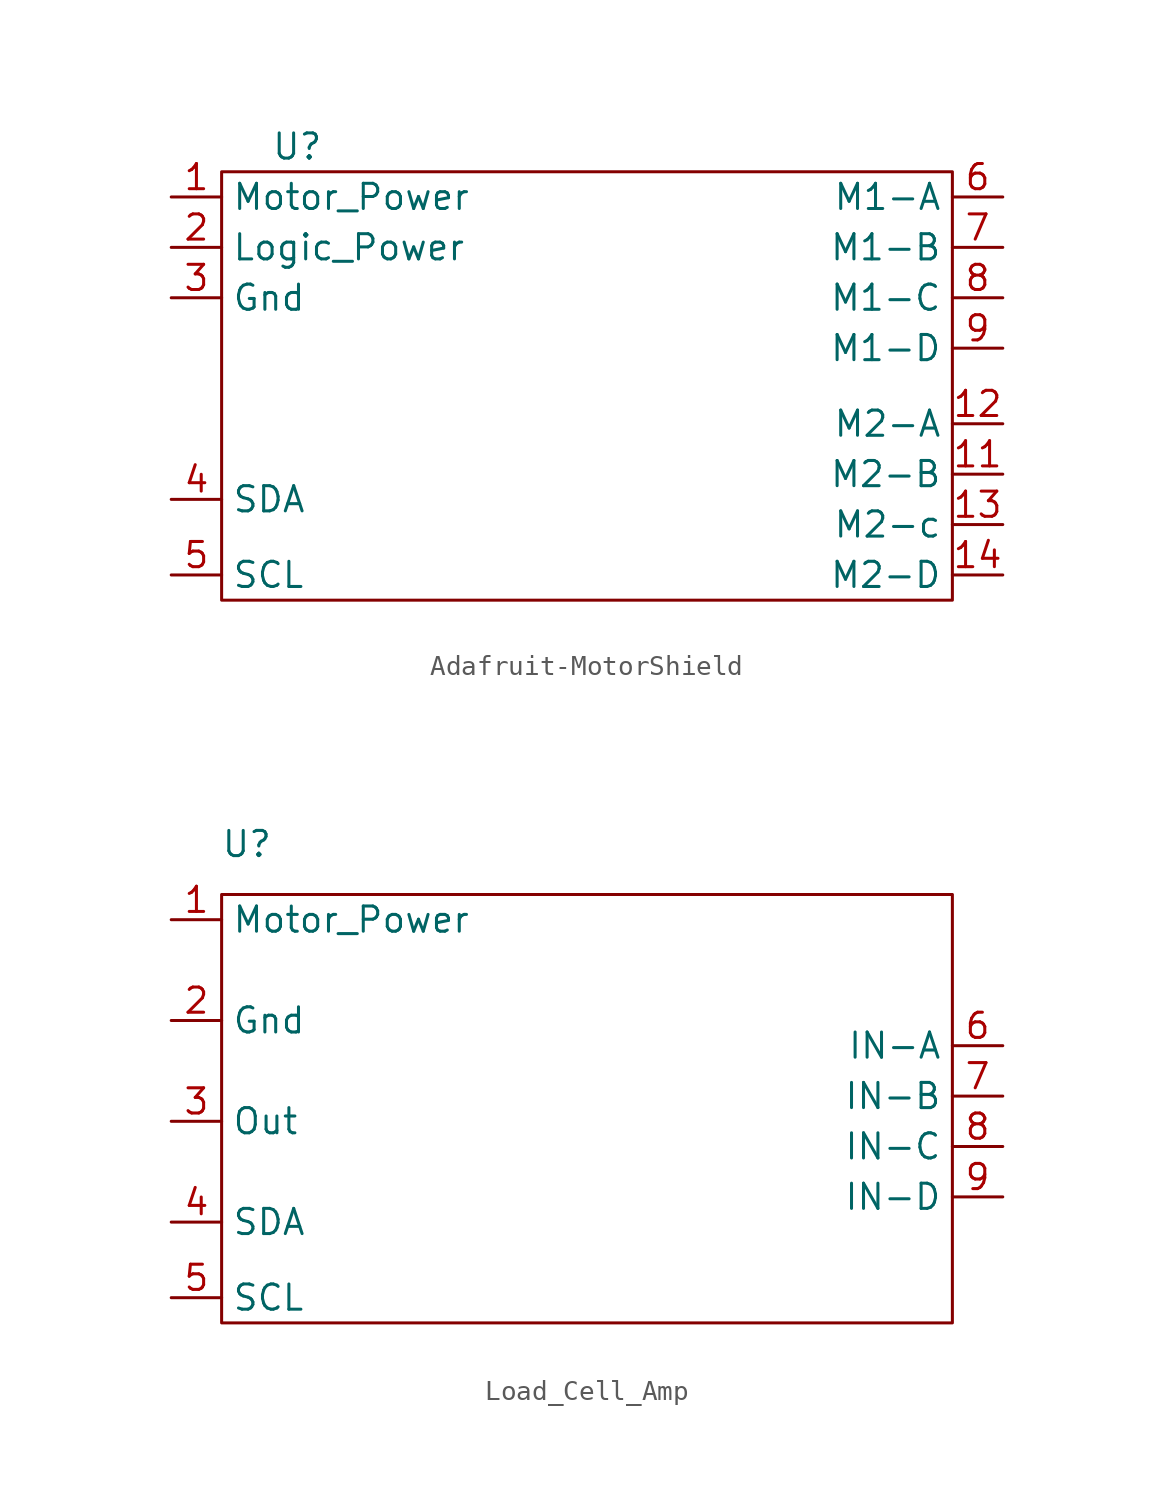
<source format=kicad_sym>
(kicad_symbol_lib
  (version 20220914)
  (generator kicad_symbol_editor)
  (symbol "Adafruit-MotorShield"
    (property "Reference" "U"
      (at -13.97 12.7 0)
      (effects (font (size 1.27 1.27))))
    (property "Value" ""
      (at -13.97 1.27 0)
      (effects (font (size 1.27 1.27))))
    (symbol "Adafruit-MotorShield_0_1"
      (rectangle (start -17.78 11.43) (end 19.05 -10.16) (stroke (width 0) (type default)) (fill (type none))))
    (symbol "Adafruit-MotorShield_1_1"
      (pin input line (at -20.32 10.16 0) (length 2.54) (name "Motor_Power" (effects (font (size 1.27 1.27)))) (number "1" (effects (font (size 1.27 1.27)))))
      (pin input line (at 21.59 -3.81 180) (length 2.54) (name "M2-B" (effects (font (size 1.27 1.27)))) (number "11" (effects (font (size 1.27 1.27)))))
      (pin input line (at 21.59 -1.27 180) (length 2.54) (name "M2-A" (effects (font (size 1.27 1.27)))) (number "12" (effects (font (size 1.27 1.27)))))
      (pin input line (at 21.59 -6.35 180) (length 2.54) (name "M2-c" (effects (font (size 1.27 1.27)))) (number "13" (effects (font (size 1.27 1.27)))))
      (pin input line (at 21.59 -8.89 180) (length 2.54) (name "M2-D" (effects (font (size 1.27 1.27)))) (number "14" (effects (font (size 1.27 1.27)))))
      (pin input line (at -20.32 7.62 0) (length 2.54) (name "Logic_Power" (effects (font (size 1.27 1.27)))) (number "2" (effects (font (size 1.27 1.27)))))
      (pin input line (at -20.32 5.08 0) (length 2.54) (name "Gnd" (effects (font (size 1.27 1.27)))) (number "3" (effects (font (size 1.27 1.27)))))
      (pin input line (at -20.32 -5.08 0) (length 2.54) (name "SDA" (effects (font (size 1.27 1.27)))) (number "4" (effects (font (size 1.27 1.27)))))
      (pin input line (at -20.32 -8.89 0) (length 2.54) (name "SCL" (effects (font (size 1.27 1.27)))) (number "5" (effects (font (size 1.27 1.27)))))
      (pin input line (at 21.59 10.16 180) (length 2.54) (name "M1-A" (effects (font (size 1.27 1.27)))) (number "6" (effects (font (size 1.27 1.27)))))
      (pin input line (at 21.59 7.62 180) (length 2.54) (name "M1-B" (effects (font (size 1.27 1.27)))) (number "7" (effects (font (size 1.27 1.27)))))
      (pin input line (at 21.59 5.08 180) (length 2.54) (name "M1-C" (effects (font (size 1.27 1.27)))) (number "8" (effects (font (size 1.27 1.27)))))
      (pin input line (at 21.59 2.54 180) (length 2.54) (name "M1-D" (effects (font (size 1.27 1.27)))) (number "9" (effects (font (size 1.27 1.27)))))))
  (symbol "Load_Cell_Amp"
    (property "Reference" "U"
      (at -16.51 13.97 0)
      (effects (font (size 1.27 1.27))))
    (property "Value" ""
      (at 0 0 0)
      (effects (font (size 1.27 1.27))))
    (symbol "Load_Cell_Amp_0_1"
      (rectangle (start -17.78 11.43) (end 19.05 -10.16) (stroke (width 0) (type default)) (fill (type none))))
    (symbol "Load_Cell_Amp_1_1"
      (pin input line (at -20.32 10.16 0) (length 2.54) (name "Motor_Power" (effects (font (size 1.27 1.27)))) (number "1" (effects (font (size 1.27 1.27)))))
      (pin input line (at -20.32 5.08 0) (length 2.54) (name "Gnd" (effects (font (size 1.27 1.27)))) (number "2" (effects (font (size 1.27 1.27)))))
      (pin input line (at -20.32 0 0) (length 2.54) (name "Out" (effects (font (size 1.27 1.27)))) (number "3" (effects (font (size 1.27 1.27)))))
      (pin input line (at -20.32 -5.08 0) (length 2.54) (name "SDA" (effects (font (size 1.27 1.27)))) (number "4" (effects (font (size 1.27 1.27)))))
      (pin input line (at -20.32 -8.89 0) (length 2.54) (name "SCL" (effects (font (size 1.27 1.27)))) (number "5" (effects (font (size 1.27 1.27)))))
      (pin input line (at 21.59 3.81 180) (length 2.54) (name "IN-A" (effects (font (size 1.27 1.27)))) (number "6" (effects (font (size 1.27 1.27)))))
      (pin input line (at 21.59 1.27 180) (length 2.54) (name "IN-B" (effects (font (size 1.27 1.27)))) (number "7" (effects (font (size 1.27 1.27)))))
      (pin input line (at 21.59 -1.27 180) (length 2.54) (name "IN-C" (effects (font (size 1.27 1.27)))) (number "8" (effects (font (size 1.27 1.27)))))
      (pin input line (at 21.59 -3.81 180) (length 2.54) (name "IN-D" (effects (font (size 1.27 1.27)))) (number "9" (effects (font (size 1.27 1.27))))))))
</source>
